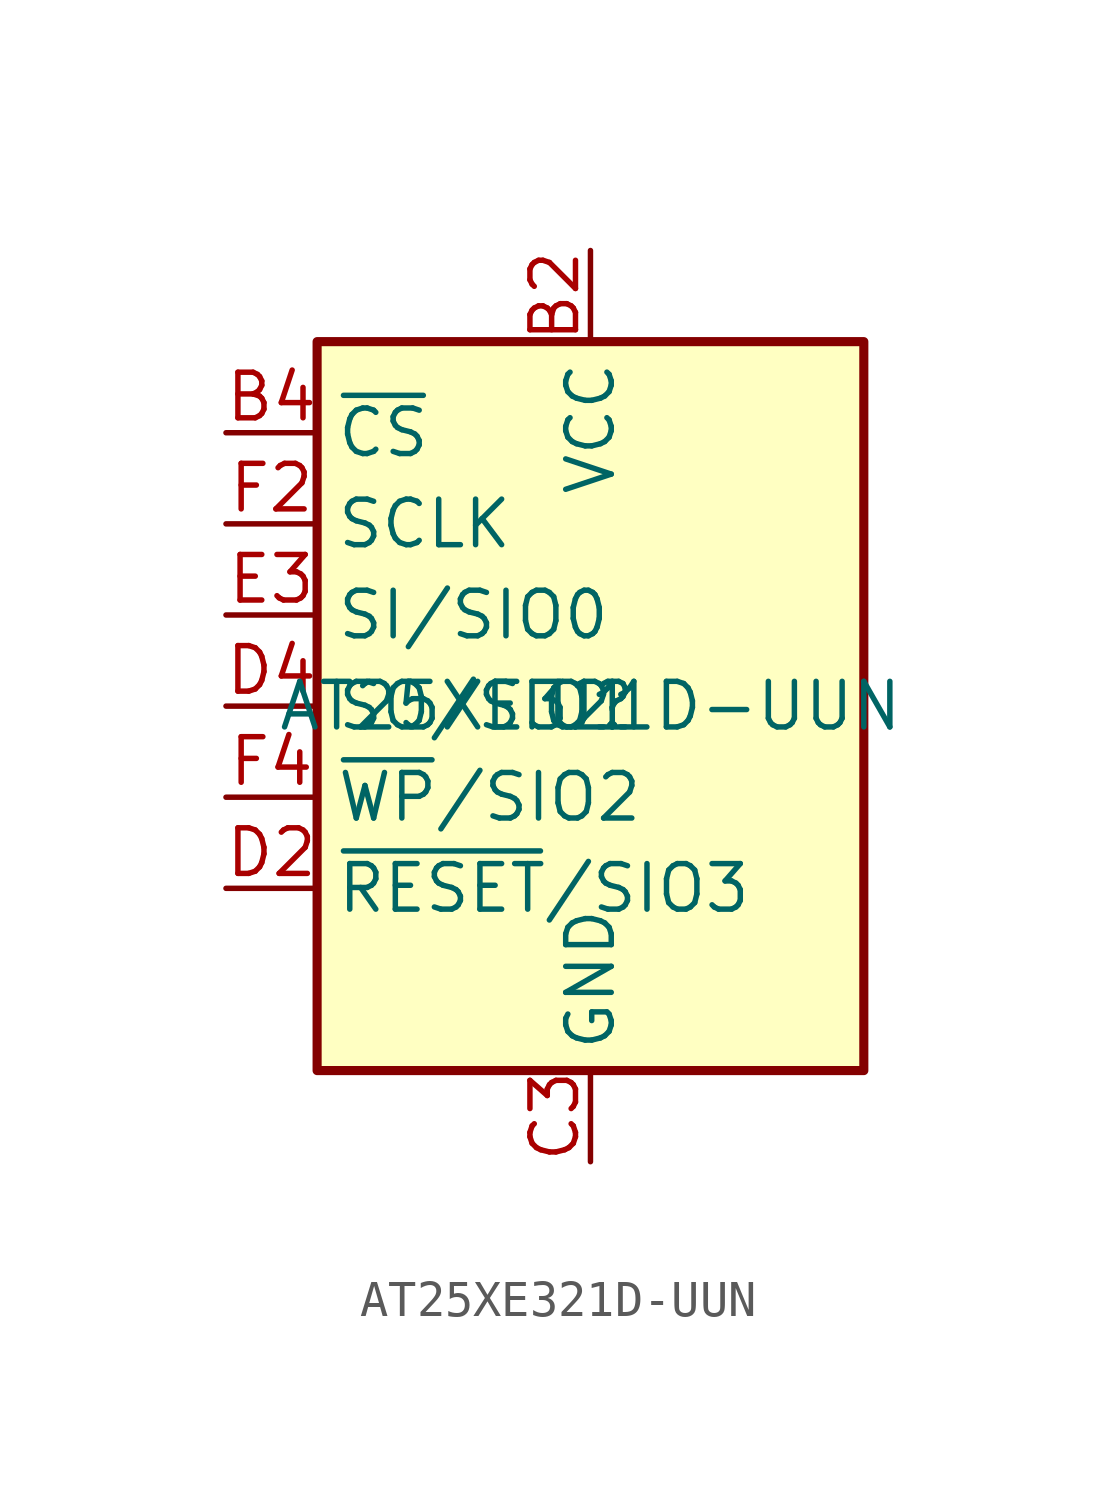
<source format=kicad_sym>
(kicad_symbol_lib
  (version 20220914)
  (generator kicad_symbol_editor)
  (symbol "AT25XE321D-UUN"
    (property "Reference" "U"
      (at 0 0 0)
      (effects (font (size 1.27 1.27))))
    (property "Value" "AT25XE321D-UUN"
      (at 0 0 0)
      (effects (font (size 1.27 1.27))))
    (symbol "AT25XE321D-UUN_0_1"
      (rectangle (start -7.62 10.16) (end 7.62 -10.16) (stroke (width 0.254) (type default)) (fill (type background))))
    (symbol "AT25XE321D-UUN_1_0"
      (pin no_connect line (at 5.08 0 270) (length 2.54) hide (name "NC" (effects (font (size 1.27 1.27)))) (number "A1" (effects (font (size 1.27 1.27)))))
      (pin no_connect line (at 5.08 0 270) (length 2.54) hide (name "NC" (effects (font (size 1.27 1.27)))) (number "A5" (effects (font (size 1.27 1.27)))))
      (pin no_connect line (at 5.08 0 270) (length 2.54) hide (name "NC" (effects (font (size 1.27 1.27)))) (number "G1" (effects (font (size 1.27 1.27)))))
      (pin no_connect line (at 5.08 0 270) (length 2.54) hide (name "NC" (effects (font (size 1.27 1.27)))) (number "G5" (effects (font (size 1.27 1.27))))))
    (symbol "AT25XE321D-UUN_1_1"
      (pin power_in line (at 0 12.7 270) (length 2.54) (name "VCC" (effects (font (size 1.27 1.27)))) (number "B2" (effects (font (size 1.27 1.27)))))
      (pin input line (at -10.16 7.62 0) (length 2.54) (name "~{CS}" (effects (font (size 1.27 1.27)))) (number "B4" (effects (font (size 1.27 1.27)))))
      (pin power_in line (at 0 -12.7 90) (length 2.54) (name "GND" (effects (font (size 1.27 1.27)))) (number "C3" (effects (font (size 1.27 1.27)))))
      (pin bidirectional line (at -10.16 -5.08 0) (length 2.54) (name "~{RESET}/SIO3" (effects (font (size 1.27 1.27)))) (number "D2" (effects (font (size 1.27 1.27)))))
      (pin bidirectional line (at -10.16 0 0) (length 2.54) (name "SO/SIO1" (effects (font (size 1.27 1.27)))) (number "D4" (effects (font (size 1.27 1.27)))))
      (pin bidirectional line (at -10.16 2.54 0) (length 2.54) (name "SI/SIO0" (effects (font (size 1.27 1.27)))) (number "E3" (effects (font (size 1.27 1.27)))))
      (pin input line (at -10.16 5.08 0) (length 2.54) (name "SCLK" (effects (font (size 1.27 1.27)))) (number "F2" (effects (font (size 1.27 1.27)))))
      (pin bidirectional line (at -10.16 -2.54 0) (length 2.54) (name "~{WP}/SIO2" (effects (font (size 1.27 1.27)))) (number "F4" (effects (font (size 1.27 1.27))))))))
</source>
